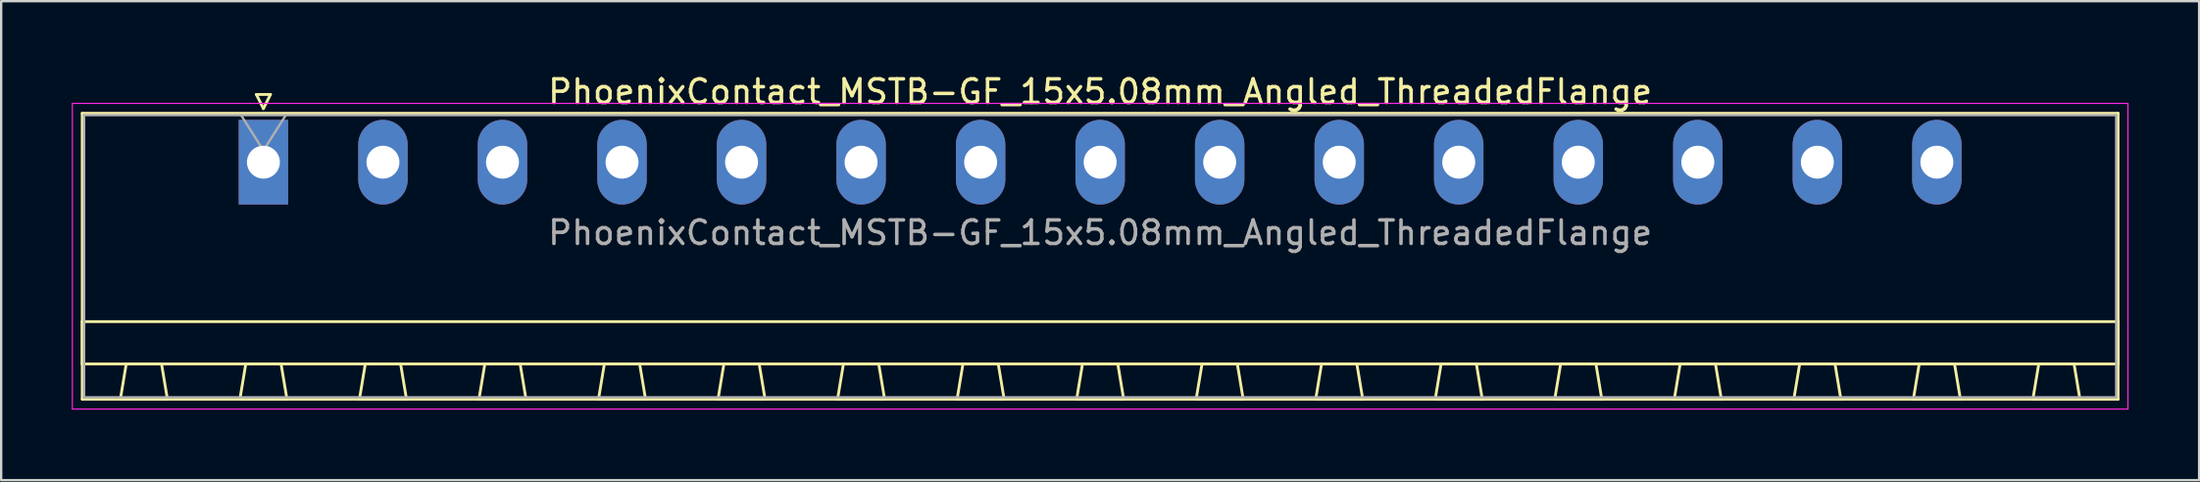
<source format=kicad_pcb>
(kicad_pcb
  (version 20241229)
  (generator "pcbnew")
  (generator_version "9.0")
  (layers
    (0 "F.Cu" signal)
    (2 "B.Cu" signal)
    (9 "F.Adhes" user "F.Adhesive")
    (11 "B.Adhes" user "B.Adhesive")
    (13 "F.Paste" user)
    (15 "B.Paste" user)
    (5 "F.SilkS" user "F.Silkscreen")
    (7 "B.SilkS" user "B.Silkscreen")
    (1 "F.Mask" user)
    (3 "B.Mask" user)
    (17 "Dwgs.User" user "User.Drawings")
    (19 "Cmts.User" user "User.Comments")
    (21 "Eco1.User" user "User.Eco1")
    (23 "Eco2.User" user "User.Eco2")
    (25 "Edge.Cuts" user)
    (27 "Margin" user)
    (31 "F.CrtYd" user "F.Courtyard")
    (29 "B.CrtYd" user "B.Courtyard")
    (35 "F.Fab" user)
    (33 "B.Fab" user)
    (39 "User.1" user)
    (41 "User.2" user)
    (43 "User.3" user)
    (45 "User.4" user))
  (footprint "PhoenixContact_MSTB-GF_15x5.08mm_Angled_ThreadedFlange"
    (layer "F.Cu")
    (at 8.145 3.848)
    (property "Reference" "PhoenixContact_MSTB-GF_15x5.08mm_Angled_ThreadedFlange" (at 35.56 -3 0) (layer "F.SilkS") (effects (font (size 1 1) (thickness 0.15))))
    (attr through_hole)
    (fp_line (start -7.7 -2.08) (end -7.7 10.08) (stroke (width 0.12) (type solid)) (layer "F.SilkS"))
    (fp_line (start -7.7 6.78) (end 78.82 6.78) (stroke (width 0.12) (type solid)) (layer "F.SilkS"))
    (fp_line (start -7.7 8.58) (end -7.7 6.78) (stroke (width 0.12) (type solid)) (layer "F.SilkS"))
    (fp_line (start -7.7 10.08) (end 78.82 10.08) (stroke (width 0.12) (type solid)) (layer "F.SilkS"))
    (fp_line (start -6.08 10.08) (end -4.08 10.08) (stroke (width 0.12) (type solid)) (layer "F.SilkS"))
    (fp_line (start -5.83 8.58) (end -6.08 10.08) (stroke (width 0.12) (type solid)) (layer "F.SilkS"))
    (fp_line (start -4.33 8.58) (end -5.83 8.58) (stroke (width 0.12) (type solid)) (layer "F.SilkS"))
    (fp_line (start -4.08 10.08) (end -4.33 8.58) (stroke (width 0.12) (type solid)) (layer "F.SilkS"))
    (fp_line (start -1 10.08) (end 1 10.08) (stroke (width 0.12) (type solid)) (layer "F.SilkS"))
    (fp_line (start -0.75 8.58) (end -1 10.08) (stroke (width 0.12) (type solid)) (layer "F.SilkS"))
    (fp_line (start -0.3 -2.88) (end 0.3 -2.88) (stroke (width 0.12) (type solid)) (layer "F.SilkS"))
    (fp_line (start 0 -2.28) (end -0.3 -2.88) (stroke (width 0.12) (type solid)) (layer "F.SilkS"))
    (fp_line (start 0.3 -2.88) (end 0 -2.28) (stroke (width 0.12) (type solid)) (layer "F.SilkS"))
    (fp_line (start 0.75 8.58) (end -0.75 8.58) (stroke (width 0.12) (type solid)) (layer "F.SilkS"))
    (fp_line (start 1 10.08) (end 0.75 8.58) (stroke (width 0.12) (type solid)) (layer "F.SilkS"))
    (fp_line (start 4.08 10.08) (end 6.08 10.08) (stroke (width 0.12) (type solid)) (layer "F.SilkS"))
    (fp_line (start 4.33 8.58) (end 4.08 10.08) (stroke (width 0.12) (type solid)) (layer "F.SilkS"))
    (fp_line (start 5.83 8.58) (end 4.33 8.58) (stroke (width 0.12) (type solid)) (layer "F.SilkS"))
    (fp_line (start 6.08 10.08) (end 5.83 8.58) (stroke (width 0.12) (type solid)) (layer "F.SilkS"))
    (fp_line (start 9.16 10.08) (end 11.16 10.08) (stroke (width 0.12) (type solid)) (layer "F.SilkS"))
    (fp_line (start 9.41 8.58) (end 9.16 10.08) (stroke (width 0.12) (type solid)) (layer "F.SilkS"))
    (fp_line (start 10.91 8.58) (end 9.41 8.58) (stroke (width 0.12) (type solid)) (layer "F.SilkS"))
    (fp_line (start 11.16 10.08) (end 10.91 8.58) (stroke (width 0.12) (type solid)) (layer "F.SilkS"))
    (fp_line (start 14.24 10.08) (end 16.24 10.08) (stroke (width 0.12) (type solid)) (layer "F.SilkS"))
    (fp_line (start 14.49 8.58) (end 14.24 10.08) (stroke (width 0.12) (type solid)) (layer "F.SilkS"))
    (fp_line (start 15.99 8.58) (end 14.49 8.58) (stroke (width 0.12) (type solid)) (layer "F.SilkS"))
    (fp_line (start 16.24 10.08) (end 15.99 8.58) (stroke (width 0.12) (type solid)) (layer "F.SilkS"))
    (fp_line (start 19.32 10.08) (end 21.32 10.08) (stroke (width 0.12) (type solid)) (layer "F.SilkS"))
    (fp_line (start 19.57 8.58) (end 19.32 10.08) (stroke (width 0.12) (type solid)) (layer "F.SilkS"))
    (fp_line (start 21.07 8.58) (end 19.57 8.58) (stroke (width 0.12) (type solid)) (layer "F.SilkS"))
    (fp_line (start 21.32 10.08) (end 21.07 8.58) (stroke (width 0.12) (type solid)) (layer "F.SilkS"))
    (fp_line (start 24.4 10.08) (end 26.4 10.08) (stroke (width 0.12) (type solid)) (layer "F.SilkS"))
    (fp_line (start 24.65 8.58) (end 24.4 10.08) (stroke (width 0.12) (type solid)) (layer "F.SilkS"))
    (fp_line (start 26.15 8.58) (end 24.65 8.58) (stroke (width 0.12) (type solid)) (layer "F.SilkS"))
    (fp_line (start 26.4 10.08) (end 26.15 8.58) (stroke (width 0.12) (type solid)) (layer "F.SilkS"))
    (fp_line (start 29.48 10.08) (end 31.48 10.08) (stroke (width 0.12) (type solid)) (layer "F.SilkS"))
    (fp_line (start 29.73 8.58) (end 29.48 10.08) (stroke (width 0.12) (type solid)) (layer "F.SilkS"))
    (fp_line (start 31.23 8.58) (end 29.73 8.58) (stroke (width 0.12) (type solid)) (layer "F.SilkS"))
    (fp_line (start 31.48 10.08) (end 31.23 8.58) (stroke (width 0.12) (type solid)) (layer "F.SilkS"))
    (fp_line (start 34.56 10.08) (end 36.56 10.08) (stroke (width 0.12) (type solid)) (layer "F.SilkS"))
    (fp_line (start 34.81 8.58) (end 34.56 10.08) (stroke (width 0.12) (type solid)) (layer "F.SilkS"))
    (fp_line (start 36.31 8.58) (end 34.81 8.58) (stroke (width 0.12) (type solid)) (layer "F.SilkS"))
    (fp_line (start 36.56 10.08) (end 36.31 8.58) (stroke (width 0.12) (type solid)) (layer "F.SilkS"))
    (fp_line (start 39.64 10.08) (end 41.64 10.08) (stroke (width 0.12) (type solid)) (layer "F.SilkS"))
    (fp_line (start 39.89 8.58) (end 39.64 10.08) (stroke (width 0.12) (type solid)) (layer "F.SilkS"))
    (fp_line (start 41.39 8.58) (end 39.89 8.58) (stroke (width 0.12) (type solid)) (layer "F.SilkS"))
    (fp_line (start 41.64 10.08) (end 41.39 8.58) (stroke (width 0.12) (type solid)) (layer "F.SilkS"))
    (fp_line (start 44.72 10.08) (end 46.72 10.08) (stroke (width 0.12) (type solid)) (layer "F.SilkS"))
    (fp_line (start 44.97 8.58) (end 44.72 10.08) (stroke (width 0.12) (type solid)) (layer "F.SilkS"))
    (fp_line (start 46.47 8.58) (end 44.97 8.58) (stroke (width 0.12) (type solid)) (layer "F.SilkS"))
    (fp_line (start 46.72 10.08) (end 46.47 8.58) (stroke (width 0.12) (type solid)) (layer "F.SilkS"))
    (fp_line (start 49.8 10.08) (end 51.8 10.08) (stroke (width 0.12) (type solid)) (layer "F.SilkS"))
    (fp_line (start 50.05 8.58) (end 49.8 10.08) (stroke (width 0.12) (type solid)) (layer "F.SilkS"))
    (fp_line (start 51.55 8.58) (end 50.05 8.58) (stroke (width 0.12) (type solid)) (layer "F.SilkS"))
    (fp_line (start 51.8 10.08) (end 51.55 8.58) (stroke (width 0.12) (type solid)) (layer "F.SilkS"))
    (fp_line (start 54.88 10.08) (end 56.88 10.08) (stroke (width 0.12) (type solid)) (layer "F.SilkS"))
    (fp_line (start 55.13 8.58) (end 54.88 10.08) (stroke (width 0.12) (type solid)) (layer "F.SilkS"))
    (fp_line (start 56.63 8.58) (end 55.13 8.58) (stroke (width 0.12) (type solid)) (layer "F.SilkS"))
    (fp_line (start 56.88 10.08) (end 56.63 8.58) (stroke (width 0.12) (type solid)) (layer "F.SilkS"))
    (fp_line (start 59.96 10.08) (end 61.96 10.08) (stroke (width 0.12) (type solid)) (layer "F.SilkS"))
    (fp_line (start 60.21 8.58) (end 59.96 10.08) (stroke (width 0.12) (type solid)) (layer "F.SilkS"))
    (fp_line (start 61.71 8.58) (end 60.21 8.58) (stroke (width 0.12) (type solid)) (layer "F.SilkS"))
    (fp_line (start 61.96 10.08) (end 61.71 8.58) (stroke (width 0.12) (type solid)) (layer "F.SilkS"))
    (fp_line (start 65.04 10.08) (end 67.04 10.08) (stroke (width 0.12) (type solid)) (layer "F.SilkS"))
    (fp_line (start 65.29 8.58) (end 65.04 10.08) (stroke (width 0.12) (type solid)) (layer "F.SilkS"))
    (fp_line (start 66.79 8.58) (end 65.29 8.58) (stroke (width 0.12) (type solid)) (layer "F.SilkS"))
    (fp_line (start 67.04 10.08) (end 66.79 8.58) (stroke (width 0.12) (type solid)) (layer "F.SilkS"))
    (fp_line (start 70.12 10.08) (end 72.12 10.08) (stroke (width 0.12) (type solid)) (layer "F.SilkS"))
    (fp_line (start 70.37 8.58) (end 70.12 10.08) (stroke (width 0.12) (type solid)) (layer "F.SilkS"))
    (fp_line (start 71.87 8.58) (end 70.37 8.58) (stroke (width 0.12) (type solid)) (layer "F.SilkS"))
    (fp_line (start 72.12 10.08) (end 71.87 8.58) (stroke (width 0.12) (type solid)) (layer "F.SilkS"))
    (fp_line (start 75.2 10.08) (end 77.2 10.08) (stroke (width 0.12) (type solid)) (layer "F.SilkS"))
    (fp_line (start 75.45 8.58) (end 75.2 10.08) (stroke (width 0.12) (type solid)) (layer "F.SilkS"))
    (fp_line (start 76.95 8.58) (end 75.45 8.58) (stroke (width 0.12) (type solid)) (layer "F.SilkS"))
    (fp_line (start 77.2 10.08) (end 76.95 8.58) (stroke (width 0.12) (type solid)) (layer "F.SilkS"))
    (fp_line (start 78.82 -2.08) (end -7.7 -2.08) (stroke (width 0.12) (type solid)) (layer "F.SilkS"))
    (fp_line (start 78.82 6.78) (end 78.82 8.58) (stroke (width 0.12) (type solid)) (layer "F.SilkS"))
    (fp_line (start 78.82 8.58) (end -7.7 8.58) (stroke (width 0.12) (type solid)) (layer "F.SilkS"))
    (fp_line (start 78.82 10.08) (end 78.82 -2.08) (stroke (width 0.12) (type solid)) (layer "F.SilkS"))
    (fp_line (start -8.12 -2.5) (end -8.12 10.5) (stroke (width 0.05) (type solid)) (layer "F.CrtYd"))
    (fp_line (start -8.12 10.5) (end 79.24 10.5) (stroke (width 0.05) (type solid)) (layer "F.CrtYd"))
    (fp_line (start 79.24 -2.5) (end -8.12 -2.5) (stroke (width 0.05) (type solid)) (layer "F.CrtYd"))
    (fp_line (start 79.24 10.5) (end 79.24 -2.5) (stroke (width 0.05) (type solid)) (layer "F.CrtYd"))
    (fp_line (start -7.62 -2) (end -7.62 10) (stroke (width 0.1) (type solid)) (layer "F.Fab"))
    (fp_line (start -7.62 10) (end 78.74 10) (stroke (width 0.1) (type solid)) (layer "F.Fab"))
    (fp_line (start 0 -0.5) (end -0.95 -2) (stroke (width 0.1) (type solid)) (layer "F.Fab"))
    (fp_line (start 0.95 -2) (end 0 -0.5) (stroke (width 0.1) (type solid)) (layer "F.Fab"))
    (fp_line (start 78.74 -2) (end -7.62 -2) (stroke (width 0.1) (type solid)) (layer "F.Fab"))
    (fp_line (start 78.74 10) (end 78.74 -2) (stroke (width 0.1) (type solid)) (layer "F.Fab"))
    (fp_text user "${REFERENCE}" (at 35.56 3 0) (layer "F.Fab") (effects (font (size 1 1) (thickness 0.15))))
    (pad "1" thru_hole rect (at 0 0) (size 2.1 3.6) (drill 1.4) (layers "*.Cu" "*.Mask"))
    (pad "2" thru_hole oval (at 5.08 0) (size 2.1 3.6) (drill 1.4) (layers "*.Cu" "*.Mask"))
    (pad "3" thru_hole oval (at 10.16 0) (size 2.1 3.6) (drill 1.4) (layers "*.Cu" "*.Mask"))
    (pad "4" thru_hole oval (at 15.24 0) (size 2.1 3.6) (drill 1.4) (layers "*.Cu" "*.Mask"))
    (pad "5" thru_hole oval (at 20.32 0) (size 2.1 3.6) (drill 1.4) (layers "*.Cu" "*.Mask"))
    (pad "6" thru_hole oval (at 25.4 0) (size 2.1 3.6) (drill 1.4) (layers "*.Cu" "*.Mask"))
    (pad "7" thru_hole oval (at 30.48 0) (size 2.1 3.6) (drill 1.4) (layers "*.Cu" "*.Mask"))
    (pad "8" thru_hole oval (at 35.56 0) (size 2.1 3.6) (drill 1.4) (layers "*.Cu" "*.Mask"))
    (pad "9" thru_hole oval (at 40.64 0) (size 2.1 3.6) (drill 1.4) (layers "*.Cu" "*.Mask"))
    (pad "10" thru_hole oval (at 45.72 0) (size 2.1 3.6) (drill 1.4) (layers "*.Cu" "*.Mask"))
    (pad "11" thru_hole oval (at 50.8 0) (size 2.1 3.6) (drill 1.4) (layers "*.Cu" "*.Mask"))
    (pad "12" thru_hole oval (at 55.88 0) (size 2.1 3.6) (drill 1.4) (layers "*.Cu" "*.Mask"))
    (pad "13" thru_hole oval (at 60.96 0) (size 2.1 3.6) (drill 1.4) (layers "*.Cu" "*.Mask"))
    (pad "14" thru_hole oval (at 66.04 0) (size 2.1 3.6) (drill 1.4) (layers "*.Cu" "*.Mask"))
    (pad "15" thru_hole oval (at 71.12 0) (size 2.1 3.6) (drill 1.4) (layers "*.Cu" "*.Mask")))
  (gr_rect
    (start -3 -3)
    (end 90.41 17.373)
    (stroke (width 0.1) (type default))
    (fill no)
    (layer "Edge.Cuts")))
</source>
